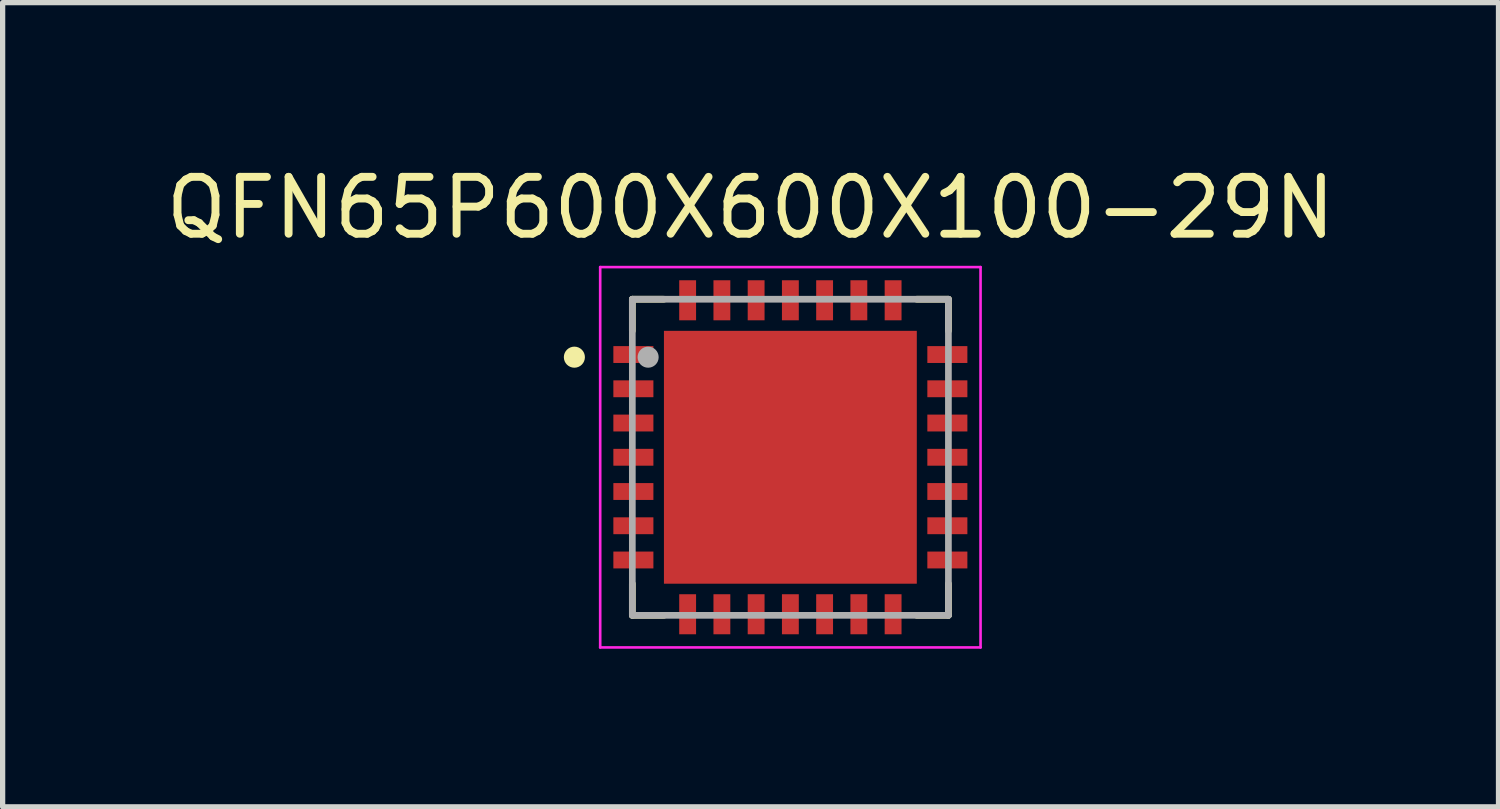
<source format=kicad_pcb>
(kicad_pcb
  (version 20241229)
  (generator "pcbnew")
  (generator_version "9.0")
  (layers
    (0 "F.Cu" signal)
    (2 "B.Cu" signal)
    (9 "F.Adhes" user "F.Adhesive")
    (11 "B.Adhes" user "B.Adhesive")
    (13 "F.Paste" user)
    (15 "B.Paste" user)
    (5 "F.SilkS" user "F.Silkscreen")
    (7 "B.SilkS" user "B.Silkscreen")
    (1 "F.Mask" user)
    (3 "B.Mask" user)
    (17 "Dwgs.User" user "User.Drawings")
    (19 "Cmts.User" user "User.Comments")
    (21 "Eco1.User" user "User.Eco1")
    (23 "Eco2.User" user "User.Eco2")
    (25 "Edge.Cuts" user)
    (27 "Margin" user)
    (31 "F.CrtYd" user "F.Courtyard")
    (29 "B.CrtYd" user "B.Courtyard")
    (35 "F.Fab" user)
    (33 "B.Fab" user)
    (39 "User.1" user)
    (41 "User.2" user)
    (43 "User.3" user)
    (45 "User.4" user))
  (footprint "QFN65P600X600X100-29N"
    (layer "F.Cu")
    (at 11.953 5.63)
    (property "Reference" "QFN65P600X600X100-29N" (at -0.756 -4.735 0) (layer "F.SilkS") (effects (font (size 1.08 1.08) (thickness 0.15))))
    (attr through_hole)
    (fp_line (start -3 -3) (end -3 -2.4) (stroke (width 0.127) (type solid)) (layer "F.SilkS"))
    (fp_line (start -3 -3) (end -2.4 -3) (stroke (width 0.127) (type solid)) (layer "F.SilkS"))
    (fp_line (start -3 3) (end -3 2.4) (stroke (width 0.127) (type solid)) (layer "F.SilkS"))
    (fp_line (start -3 3) (end -2.4 3) (stroke (width 0.127) (type solid)) (layer "F.SilkS"))
    (fp_line (start 3 -3) (end 2.4 -3) (stroke (width 0.127) (type solid)) (layer "F.SilkS"))
    (fp_line (start 3 -3) (end 3 -2.4) (stroke (width 0.127) (type solid)) (layer "F.SilkS"))
    (fp_line (start 3 3) (end 2.4 3) (stroke (width 0.127) (type solid)) (layer "F.SilkS"))
    (fp_line (start 3 3) (end 3 2.4) (stroke (width 0.127) (type solid)) (layer "F.SilkS"))
    (fp_circle (center -4.1 -1.9) (end -4 -1.9) (stroke (width 0.2) (type solid)) (fill no) (layer "F.SilkS"))
    (fp_poly (pts (xy -1.63 -1.515) (xy 1.515 -1.515) (xy 1.515 1.63) (xy -1.63 1.63)) (stroke (width 0.01) (type solid)) (fill yes) (layer "F.Paste"))
    (fp_line (start -3.61 -3.61) (end 3.61 -3.61) (stroke (width 0.05) (type solid)) (layer "F.CrtYd"))
    (fp_line (start -3.61 3.61) (end -3.61 -3.61) (stroke (width 0.05) (type solid)) (layer "F.CrtYd"))
    (fp_line (start 3.61 -3.61) (end 3.61 3.61) (stroke (width 0.05) (type solid)) (layer "F.CrtYd"))
    (fp_line (start 3.61 3.61) (end -3.61 3.61) (stroke (width 0.05) (type solid)) (layer "F.CrtYd"))
    (fp_line (start -3 -3) (end -3 3) (stroke (width 0.127) (type solid)) (layer "F.Fab"))
    (fp_line (start -3 3) (end 3 3) (stroke (width 0.127) (type solid)) (layer "F.Fab"))
    (fp_line (start 3 -3) (end -3 -3) (stroke (width 0.127) (type solid)) (layer "F.Fab"))
    (fp_line (start 3 3) (end 3 -3) (stroke (width 0.127) (type solid)) (layer "F.Fab"))
    (fp_circle (center -2.7 -1.9) (end -2.6 -1.9) (stroke (width 0.2) (type solid)) (fill no) (layer "F.Fab"))
    (pad "1" smd rect (at -2.98 -1.95) (size 0.76 0.32) (layers "F.Cu" "F.Mask" "F.Paste"))
    (pad "2" smd rect (at -2.98 -1.3) (size 0.76 0.32) (layers "F.Cu" "F.Mask" "F.Paste"))
    (pad "3" smd rect (at -2.98 -0.65) (size 0.76 0.32) (layers "F.Cu" "F.Mask" "F.Paste"))
    (pad "4" smd rect (at -2.98 0) (size 0.76 0.32) (layers "F.Cu" "F.Mask" "F.Paste"))
    (pad "5" smd rect (at -2.98 0.65) (size 0.76 0.32) (layers "F.Cu" "F.Mask" "F.Paste"))
    (pad "6" smd rect (at -2.98 1.3) (size 0.76 0.32) (layers "F.Cu" "F.Mask" "F.Paste"))
    (pad "7" smd rect (at -2.98 1.95) (size 0.76 0.32) (layers "F.Cu" "F.Mask" "F.Paste"))
    (pad "8" smd rect (at -1.95 2.98 270) (size 0.76 0.32) (layers "F.Cu" "F.Mask" "F.Paste"))
    (pad "9" smd rect (at -1.3 2.98 270) (size 0.76 0.32) (layers "F.Cu" "F.Mask" "F.Paste"))
    (pad "10" smd rect (at -0.65 2.98 270) (size 0.76 0.32) (layers "F.Cu" "F.Mask" "F.Paste"))
    (pad "11" smd rect (at 0 2.98 270) (size 0.76 0.32) (layers "F.Cu" "F.Mask" "F.Paste"))
    (pad "12" smd rect (at 0.65 2.98 270) (size 0.76 0.32) (layers "F.Cu" "F.Mask" "F.Paste"))
    (pad "13" smd rect (at 1.3 2.98 270) (size 0.76 0.32) (layers "F.Cu" "F.Mask" "F.Paste"))
    (pad "14" smd rect (at 1.95 2.98 270) (size 0.76 0.32) (layers "F.Cu" "F.Mask" "F.Paste"))
    (pad "15" smd rect (at 2.98 1.95 180) (size 0.76 0.32) (layers "F.Cu" "F.Mask" "F.Paste"))
    (pad "16" smd rect (at 2.98 1.3 180) (size 0.76 0.32) (layers "F.Cu" "F.Mask" "F.Paste"))
    (pad "17" smd rect (at 2.98 0.65 180) (size 0.76 0.32) (layers "F.Cu" "F.Mask" "F.Paste"))
    (pad "18" smd rect (at 2.98 0 180) (size 0.76 0.32) (layers "F.Cu" "F.Mask" "F.Paste"))
    (pad "19" smd rect (at 2.98 -0.65 180) (size 0.76 0.32) (layers "F.Cu" "F.Mask" "F.Paste"))
    (pad "20" smd rect (at 2.98 -1.3 180) (size 0.76 0.32) (layers "F.Cu" "F.Mask" "F.Paste"))
    (pad "21" smd rect (at 2.98 -1.95 180) (size 0.76 0.32) (layers "F.Cu" "F.Mask" "F.Paste"))
    (pad "22" smd rect (at 1.95 -2.98 90) (size 0.76 0.32) (layers "F.Cu" "F.Mask" "F.Paste"))
    (pad "23" smd rect (at 1.3 -2.98 90) (size 0.76 0.32) (layers "F.Cu" "F.Mask" "F.Paste"))
    (pad "24" smd rect (at 0.65 -2.98 90) (size 0.76 0.32) (layers "F.Cu" "F.Mask" "F.Paste"))
    (pad "25" smd rect (at 0 -2.98 90) (size 0.76 0.32) (layers "F.Cu" "F.Mask" "F.Paste"))
    (pad "26" smd rect (at -0.65 -2.98 90) (size 0.76 0.32) (layers "F.Cu" "F.Mask" "F.Paste"))
    (pad "27" smd rect (at -1.3 -2.98 90) (size 0.76 0.32) (layers "F.Cu" "F.Mask" "F.Paste"))
    (pad "28" smd rect (at -1.95 -2.98 90) (size 0.76 0.32) (layers "F.Cu" "F.Mask" "F.Paste"))
    (pad "29" smd rect (at 0 0) (size 4.8 4.8) (layers "F.Cu" "F.Mask")))
  (gr_rect
    (start -3 -3)
    (end 25.395 12.265)
    (stroke (width 0.1) (type default))
    (fill no)
    (layer "Edge.Cuts")))
</source>
